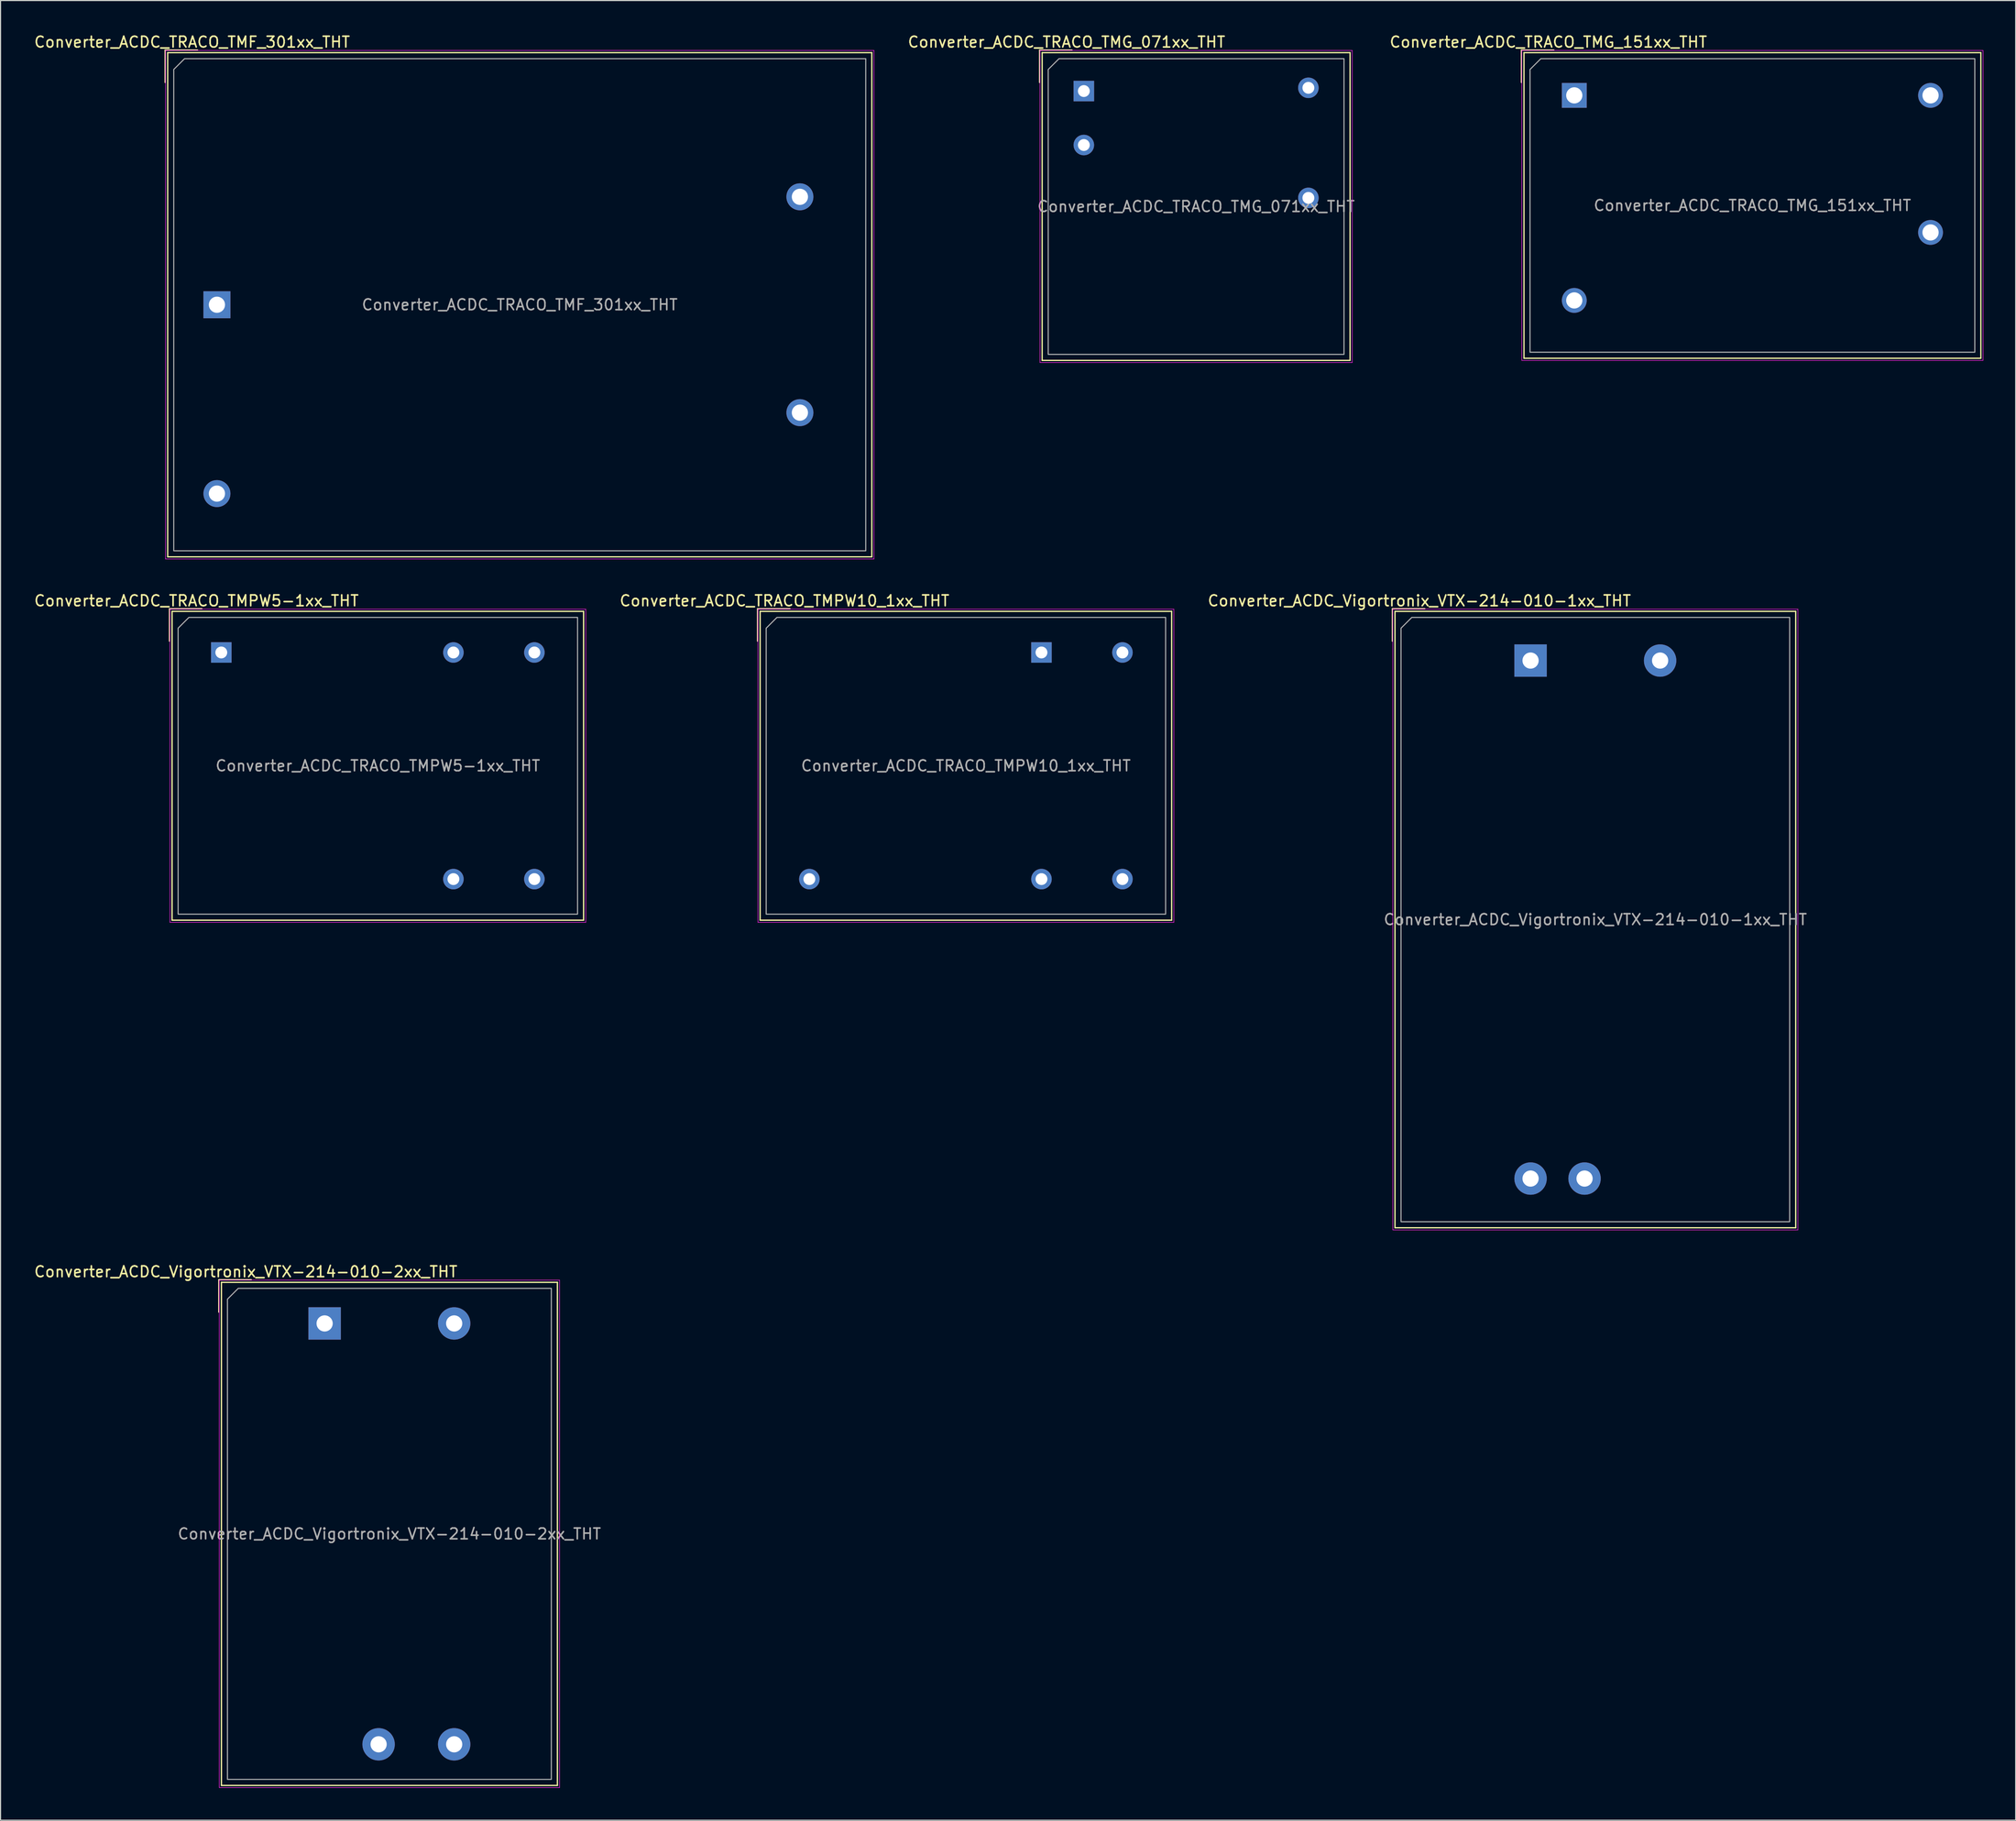
<source format=kicad_pcb>
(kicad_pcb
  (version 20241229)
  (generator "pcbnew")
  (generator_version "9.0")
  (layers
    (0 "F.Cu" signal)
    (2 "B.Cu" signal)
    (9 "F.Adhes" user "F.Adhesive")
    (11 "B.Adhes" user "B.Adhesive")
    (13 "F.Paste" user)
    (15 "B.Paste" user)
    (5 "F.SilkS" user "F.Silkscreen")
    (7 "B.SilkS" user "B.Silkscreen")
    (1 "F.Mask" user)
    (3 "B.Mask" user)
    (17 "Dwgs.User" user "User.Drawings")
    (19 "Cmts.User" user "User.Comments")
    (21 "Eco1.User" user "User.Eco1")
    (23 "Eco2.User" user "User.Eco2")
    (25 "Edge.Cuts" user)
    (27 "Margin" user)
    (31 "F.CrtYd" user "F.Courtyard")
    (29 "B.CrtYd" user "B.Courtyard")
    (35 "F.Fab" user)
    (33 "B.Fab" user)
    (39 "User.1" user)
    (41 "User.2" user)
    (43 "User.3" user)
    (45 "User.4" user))
  (footprint "Converter_ACDC_TRACO_TMG_071xx_THT"
    (layer "F.Cu")
    (at 97.345 5.388)
    (property "Reference" "Converter_ACDC_TRACO_TMG_071xx_THT" (at -1.6 -4.54 0) (layer "F.SilkS") (effects (font (size 1 1) (thickness 0.15))))
    (attr through_hole)
    (fp_line (start -4.1 -3.8) (end -1.1 -3.8) (stroke (width 0.12) (type solid)) (layer "F.SilkS"))
    (fp_line (start -4.1 -0.8) (end -4.1 -3.8) (stroke (width 0.12) (type solid)) (layer "F.SilkS"))
    (fp_line (start -3.86 -3.56) (end -3.86 24.96) (stroke (width 0.12) (type solid)) (layer "F.SilkS"))
    (fp_line (start -3.86 -3.56) (end 24.66 -3.56) (stroke (width 0.12) (type solid)) (layer "F.SilkS"))
    (fp_line (start -3.86 24.96) (end 24.66 24.96) (stroke (width 0.12) (type solid)) (layer "F.SilkS"))
    (fp_line (start 24.66 -3.56) (end 24.66 24.96) (stroke (width 0.12) (type solid)) (layer "F.SilkS"))
    (fp_line (start -4.06 -3.76) (end -4.06 25.16) (stroke (width 0.05) (type solid)) (layer "F.CrtYd"))
    (fp_line (start -4.06 25.16) (end 24.86 25.16) (stroke (width 0.05) (type solid)) (layer "F.CrtYd"))
    (fp_line (start 24.86 -3.76) (end -4.06 -3.76) (stroke (width 0.05) (type solid)) (layer "F.CrtYd"))
    (fp_line (start 24.86 25.16) (end 24.86 -3.76) (stroke (width 0.05) (type solid)) (layer "F.CrtYd"))
    (fp_poly (pts (xy -3.3 -2) (xy -3.3 24.4) (xy 24.1 24.4) (xy 24.1 -3) (xy -2.3 -3)) (stroke (width 0.1) (type solid)) (fill no) (layer "F.Fab"))
    (fp_text user "${REFERENCE}" (at 10.4 10.7 0) (layer "F.Fab") (effects (font (size 1 1) (thickness 0.15))))
    (pad "1" thru_hole rect (at 0 0) (size 1.9 1.9) (drill 1.1) (layers "*.Cu" "*.Mask"))
    (pad "2" thru_hole circle (at 0 5) (size 1.9 1.9) (drill 1.1) (layers "*.Cu" "*.Mask"))
    (pad "3" thru_hole circle (at 20.8 -0.3) (size 1.9 1.9) (drill 1.1) (layers "*.Cu" "*.Mask"))
    (pad "4" thru_hole circle (at 20.8 9.9) (size 1.9 1.9) (drill 1.1) (layers "*.Cu" "*.Mask")))
  (footprint "Converter_ACDC_TRACO_TMPW10_1xx_THT"
    (layer "F.Cu")
    (at 93.421 57.411)
    (property "Reference" "Converter_ACDC_TRACO_TMPW10_1xx_THT" (at -23.8 -4.79 0) (layer "F.SilkS") (effects (font (size 1 1) (thickness 0.15))))
    (attr through_hole)
    (fp_line (start -26.3 -4.05) (end -23.3 -4.05) (stroke (width 0.12) (type solid)) (layer "F.SilkS"))
    (fp_line (start -26.3 -1.05) (end -26.3 -4.05) (stroke (width 0.12) (type solid)) (layer "F.SilkS"))
    (fp_line (start -26.06 -3.81) (end -26.06 24.81) (stroke (width 0.12) (type solid)) (layer "F.SilkS"))
    (fp_line (start -26.06 -3.81) (end 12.06 -3.81) (stroke (width 0.12) (type solid)) (layer "F.SilkS"))
    (fp_line (start -26.06 24.81) (end 12.06 24.81) (stroke (width 0.12) (type solid)) (layer "F.SilkS"))
    (fp_line (start 12.06 -3.81) (end 12.06 24.81) (stroke (width 0.12) (type solid)) (layer "F.SilkS"))
    (fp_line (start -26.26 -4.01) (end -26.26 25.01) (stroke (width 0.05) (type solid)) (layer "F.CrtYd"))
    (fp_line (start -26.26 25.01) (end 12.26 25.01) (stroke (width 0.05) (type solid)) (layer "F.CrtYd"))
    (fp_line (start 12.26 -4.01) (end -26.26 -4.01) (stroke (width 0.05) (type solid)) (layer "F.CrtYd"))
    (fp_line (start 12.26 25.01) (end 12.26 -4.01) (stroke (width 0.05) (type solid)) (layer "F.CrtYd"))
    (fp_poly (pts (xy -25.5 -2.25) (xy -25.5 24.25) (xy 11.5 24.25) (xy 11.5 -3.25) (xy -24.5 -3.25)) (stroke (width 0.1) (type solid)) (fill no) (layer "F.Fab"))
    (fp_text user "${REFERENCE}" (at -7 10.5 0) (layer "F.Fab") (effects (font (size 1 1) (thickness 0.15))))
    (pad "1" thru_hole rect (at 0 0) (size 1.9 1.9) (drill 1.1) (layers "*.Cu" "*.Mask"))
    (pad "2" thru_hole circle (at 7.5 0) (size 1.9 1.9) (drill 1.1) (layers "*.Cu" "*.Mask"))
    (pad "3" thru_hole circle (at 7.5 21) (size 1.9 1.9) (drill 1.1) (layers "*.Cu" "*.Mask"))
    (pad "4" thru_hole circle (at 0 21) (size 1.9 1.9) (drill 1.1) (layers "*.Cu" "*.Mask"))
    (pad "5" thru_hole circle (at -21.5 21) (size 1.9 1.9) (drill 1.1) (layers "*.Cu" "*.Mask")))
  (footprint "Converter_ACDC_TRACO_TMF_301xx_THT"
    (layer "F.Cu")
    (at 17.044 25.188)
    (property "Reference" "Converter_ACDC_TRACO_TMF_301xx_THT" (at -2.3 -24.34 0) (layer "F.SilkS") (effects (font (size 1 1) (thickness 0.15))))
    (attr through_hole)
    (fp_line (start -4.8 -23.6) (end -1.8 -23.6) (stroke (width 0.12) (type solid)) (layer "F.SilkS"))
    (fp_line (start -4.8 -20.6) (end -4.8 -23.6) (stroke (width 0.12) (type solid)) (layer "F.SilkS"))
    (fp_line (start -4.56 -23.36) (end -4.56 23.36) (stroke (width 0.12) (type solid)) (layer "F.SilkS"))
    (fp_line (start -4.56 -23.36) (end 60.66 -23.36) (stroke (width 0.12) (type solid)) (layer "F.SilkS"))
    (fp_line (start -4.56 23.36) (end 60.66 23.36) (stroke (width 0.12) (type solid)) (layer "F.SilkS"))
    (fp_line (start 60.66 -23.36) (end 60.66 23.36) (stroke (width 0.12) (type solid)) (layer "F.SilkS"))
    (fp_line (start -4.76 -23.56) (end -4.76 23.56) (stroke (width 0.05) (type solid)) (layer "F.CrtYd"))
    (fp_line (start -4.76 23.56) (end 60.86 23.56) (stroke (width 0.05) (type solid)) (layer "F.CrtYd"))
    (fp_line (start 60.86 -23.56) (end -4.76 -23.56) (stroke (width 0.05) (type solid)) (layer "F.CrtYd"))
    (fp_line (start 60.86 23.56) (end 60.86 -23.56) (stroke (width 0.05) (type solid)) (layer "F.CrtYd"))
    (fp_poly (pts (xy -4 -21.8) (xy -4 22.8) (xy 60.1 22.8) (xy 60.1 -22.8) (xy -3 -22.8)) (stroke (width 0.1) (type solid)) (fill no) (layer "F.Fab"))
    (fp_text user "${REFERENCE}" (at 28.05 0 0) (layer "F.Fab") (effects (font (size 1 1) (thickness 0.15))))
    (pad "1" thru_hole rect (at 0 0) (size 2.5 2.5) (drill 1.5) (layers "*.Cu" "*.Mask"))
    (pad "2" thru_hole circle (at 0 17.5) (size 2.5 2.5) (drill 1.5) (layers "*.Cu" "*.Mask"))
    (pad "3" thru_hole circle (at 54 -10) (size 2.5 2.5) (drill 1.5) (layers "*.Cu" "*.Mask"))
    (pad "5" thru_hole circle (at 54 10) (size 2.5 2.5) (drill 1.5) (layers "*.Cu" "*.Mask")))
  (footprint "Converter_ACDC_Vigortronix_VTX-214-010-2xx_THT"
    (layer "F.Cu")
    (at 27.02 119.585)
    (property "Reference" "Converter_ACDC_Vigortronix_VTX-214-010-2xx_THT" (at -7.3 -4.79 0) (layer "F.SilkS") (effects (font (size 1 1) (thickness 0.15))))
    (attr through_hole)
    (fp_line (start -9.8 -4.05) (end -6.8 -4.05) (stroke (width 0.12) (type solid)) (layer "F.SilkS"))
    (fp_line (start -9.8 -1.05) (end -9.8 -4.05) (stroke (width 0.12) (type solid)) (layer "F.SilkS"))
    (fp_line (start -9.56 -3.81) (end -9.56 42.81) (stroke (width 0.12) (type solid)) (layer "F.SilkS"))
    (fp_line (start -9.56 -3.81) (end 21.56 -3.81) (stroke (width 0.12) (type solid)) (layer "F.SilkS"))
    (fp_line (start -9.56 42.81) (end 21.56 42.81) (stroke (width 0.12) (type solid)) (layer "F.SilkS"))
    (fp_line (start 21.56 -3.81) (end 21.56 42.81) (stroke (width 0.12) (type solid)) (layer "F.SilkS"))
    (fp_line (start -9.76 -4.01) (end -9.76 43.01) (stroke (width 0.05) (type solid)) (layer "F.CrtYd"))
    (fp_line (start -9.76 43.01) (end 21.76 43.01) (stroke (width 0.05) (type solid)) (layer "F.CrtYd"))
    (fp_line (start 21.76 -4.01) (end -9.76 -4.01) (stroke (width 0.05) (type solid)) (layer "F.CrtYd"))
    (fp_line (start 21.76 43.01) (end 21.76 -4.01) (stroke (width 0.05) (type solid)) (layer "F.CrtYd"))
    (fp_poly (pts (xy -9 -2.25) (xy -9 42.25) (xy 21 42.25) (xy 21 -3.25) (xy -8 -3.25)) (stroke (width 0.1) (type solid)) (fill no) (layer "F.Fab"))
    (fp_text user "${REFERENCE}" (at 6 19.5 0) (layer "F.Fab") (effects (font (size 1 1) (thickness 0.15))))
    (pad "1" thru_hole rect (at 0 0) (size 3 3) (drill 1.5) (layers "*.Cu" "*.Mask"))
    (pad "2" thru_hole circle (at 12 0) (size 3 3) (drill 1.5) (layers "*.Cu" "*.Mask"))
    (pad "3" thru_hole circle (at 12 39) (size 3 3) (drill 1.5) (layers "*.Cu" "*.Mask"))
    (pad "4" thru_hole circle (at 5 39) (size 3 3) (drill 1.5) (layers "*.Cu" "*.Mask")))
  (footprint "Converter_ACDC_TRACO_TMG_151xx_THT"
    (layer "F.Cu")
    (at 142.775 5.788)
    (property "Reference" "Converter_ACDC_TRACO_TMG_151xx_THT" (at -2.4 -4.94 0) (layer "F.SilkS") (effects (font (size 1 1) (thickness 0.15))))
    (attr through_hole)
    (fp_line (start -4.9 -4.2) (end -1.9 -4.2) (stroke (width 0.12) (type solid)) (layer "F.SilkS"))
    (fp_line (start -4.9 -1.2) (end -4.9 -4.2) (stroke (width 0.12) (type solid)) (layer "F.SilkS"))
    (fp_line (start -4.66 -3.96) (end -4.66 24.36) (stroke (width 0.12) (type solid)) (layer "F.SilkS"))
    (fp_line (start -4.66 -3.96) (end 37.66 -3.96) (stroke (width 0.12) (type solid)) (layer "F.SilkS"))
    (fp_line (start -4.66 24.36) (end 37.66 24.36) (stroke (width 0.12) (type solid)) (layer "F.SilkS"))
    (fp_line (start 37.66 -3.96) (end 37.66 24.36) (stroke (width 0.12) (type solid)) (layer "F.SilkS"))
    (fp_line (start -4.86 -4.16) (end -4.86 24.56) (stroke (width 0.05) (type solid)) (layer "F.CrtYd"))
    (fp_line (start -4.86 24.56) (end 37.86 24.56) (stroke (width 0.05) (type solid)) (layer "F.CrtYd"))
    (fp_line (start 37.86 -4.16) (end -4.86 -4.16) (stroke (width 0.05) (type solid)) (layer "F.CrtYd"))
    (fp_line (start 37.86 24.56) (end 37.86 -4.16) (stroke (width 0.05) (type solid)) (layer "F.CrtYd"))
    (fp_poly (pts (xy -4.1 -2.4) (xy -4.1 23.8) (xy 37.1 23.8) (xy 37.1 -3.4) (xy -3.1 -3.4)) (stroke (width 0.1) (type solid)) (fill no) (layer "F.Fab"))
    (fp_text user "${REFERENCE}" (at 16.5 10.2 0) (layer "F.Fab") (effects (font (size 1 1) (thickness 0.15))))
    (pad "1" thru_hole rect (at 0 0) (size 2.3 2.3) (drill 1.5) (layers "*.Cu" "*.Mask"))
    (pad "2" thru_hole circle (at 0 19) (size 2.3 2.3) (drill 1.5) (layers "*.Cu" "*.Mask"))
    (pad "3" thru_hole circle (at 33 0) (size 2.3 2.3) (drill 1.5) (layers "*.Cu" "*.Mask"))
    (pad "4" thru_hole circle (at 33 12.7) (size 2.3 2.3) (drill 1.5) (layers "*.Cu" "*.Mask")))
  (footprint "Converter_ACDC_Vigortronix_VTX-214-010-1xx_THT"
    (layer "F.Cu")
    (at 138.726 58.161)
    (property "Reference" "Converter_ACDC_Vigortronix_VTX-214-010-1xx_THT" (at -10.3 -5.54 0) (layer "F.SilkS") (effects (font (size 1 1) (thickness 0.15))))
    (attr through_hole)
    (fp_line (start -12.8 -4.8) (end -9.8 -4.8) (stroke (width 0.12) (type solid)) (layer "F.SilkS"))
    (fp_line (start -12.8 -1.8) (end -12.8 -4.8) (stroke (width 0.12) (type solid)) (layer "F.SilkS"))
    (fp_line (start -12.56 -4.56) (end -12.56 52.56) (stroke (width 0.12) (type solid)) (layer "F.SilkS"))
    (fp_line (start -12.56 -4.56) (end 24.56 -4.56) (stroke (width 0.12) (type solid)) (layer "F.SilkS"))
    (fp_line (start -12.56 52.56) (end 24.56 52.56) (stroke (width 0.12) (type solid)) (layer "F.SilkS"))
    (fp_line (start 24.56 -4.56) (end 24.56 52.56) (stroke (width 0.12) (type solid)) (layer "F.SilkS"))
    (fp_line (start -12.76 -4.76) (end -12.76 52.76) (stroke (width 0.05) (type solid)) (layer "F.CrtYd"))
    (fp_line (start -12.76 52.76) (end 24.76 52.76) (stroke (width 0.05) (type solid)) (layer "F.CrtYd"))
    (fp_line (start 24.76 -4.76) (end -12.76 -4.76) (stroke (width 0.05) (type solid)) (layer "F.CrtYd"))
    (fp_line (start 24.76 52.76) (end 24.76 -4.76) (stroke (width 0.05) (type solid)) (layer "F.CrtYd"))
    (fp_poly (pts (xy -12 -3) (xy -12 52) (xy 24 52) (xy 24 -4) (xy -11 -4)) (stroke (width 0.1) (type solid)) (fill no) (layer "F.Fab"))
    (fp_text user "${REFERENCE}" (at 6 24 0) (layer "F.Fab") (effects (font (size 1 1) (thickness 0.15))))
    (pad "1" thru_hole rect (at 0 0) (size 3 3) (drill 1.5) (layers "*.Cu" "*.Mask"))
    (pad "2" thru_hole circle (at 12 0) (size 3 3) (drill 1.5) (layers "*.Cu" "*.Mask"))
    (pad "3" thru_hole circle (at 0 48) (size 3 3) (drill 1.5) (layers "*.Cu" "*.Mask"))
    (pad "4" thru_hole circle (at 5 48) (size 3 3) (drill 1.5) (layers "*.Cu" "*.Mask")))
  (footprint "Converter_ACDC_TRACO_TMPW5-1xx_THT"
    (layer "F.Cu")
    (at 17.449 57.411)
    (property "Reference" "Converter_ACDC_TRACO_TMPW5-1xx_THT" (at -2.3 -4.79 0) (layer "F.SilkS") (effects (font (size 1 1) (thickness 0.15))))
    (attr through_hole)
    (fp_line (start -4.8 -4.05) (end -1.8 -4.05) (stroke (width 0.12) (type solid)) (layer "F.SilkS"))
    (fp_line (start -4.8 -1.05) (end -4.8 -4.05) (stroke (width 0.12) (type solid)) (layer "F.SilkS"))
    (fp_line (start -4.56 -3.81) (end -4.56 24.81) (stroke (width 0.12) (type solid)) (layer "F.SilkS"))
    (fp_line (start -4.56 -3.81) (end 33.56 -3.81) (stroke (width 0.12) (type solid)) (layer "F.SilkS"))
    (fp_line (start -4.56 24.81) (end 33.56 24.81) (stroke (width 0.12) (type solid)) (layer "F.SilkS"))
    (fp_line (start 33.56 -3.81) (end 33.56 24.81) (stroke (width 0.12) (type solid)) (layer "F.SilkS"))
    (fp_line (start -4.76 -4.01) (end -4.76 25.01) (stroke (width 0.05) (type solid)) (layer "F.CrtYd"))
    (fp_line (start -4.76 25.01) (end 33.76 25.01) (stroke (width 0.05) (type solid)) (layer "F.CrtYd"))
    (fp_line (start 33.76 -4.01) (end -4.76 -4.01) (stroke (width 0.05) (type solid)) (layer "F.CrtYd"))
    (fp_line (start 33.76 25.01) (end 33.76 -4.01) (stroke (width 0.05) (type solid)) (layer "F.CrtYd"))
    (fp_poly (pts (xy -4 -2.25) (xy -4 24.25) (xy 33 24.25) (xy 33 -3.25) (xy -3 -3.25)) (stroke (width 0.1) (type solid)) (fill no) (layer "F.Fab"))
    (fp_text user "${REFERENCE}" (at 14.5 10.5 0) (layer "F.Fab") (effects (font (size 1 1) (thickness 0.15))))
    (pad "1" thru_hole rect (at 0 0) (size 1.9 1.9) (drill 1.1) (layers "*.Cu" "*.Mask"))
    (pad "2" thru_hole circle (at 21.5 0) (size 1.9 1.9) (drill 1.1) (layers "*.Cu" "*.Mask"))
    (pad "3" thru_hole circle (at 29 0) (size 1.9 1.9) (drill 1.1) (layers "*.Cu" "*.Mask"))
    (pad "4" thru_hole circle (at 29 21) (size 1.9 1.9) (drill 1.1) (layers "*.Cu" "*.Mask"))
    (pad "5" thru_hole circle (at 21.5 21) (size 1.9 1.9) (drill 1.1) (layers "*.Cu" "*.Mask")))
  (gr_rect
    (start -3 -3)
    (end 183.66 165.62)
    (stroke (width 0.1) (type default))
    (fill no)
    (layer "Edge.Cuts")))
</source>
